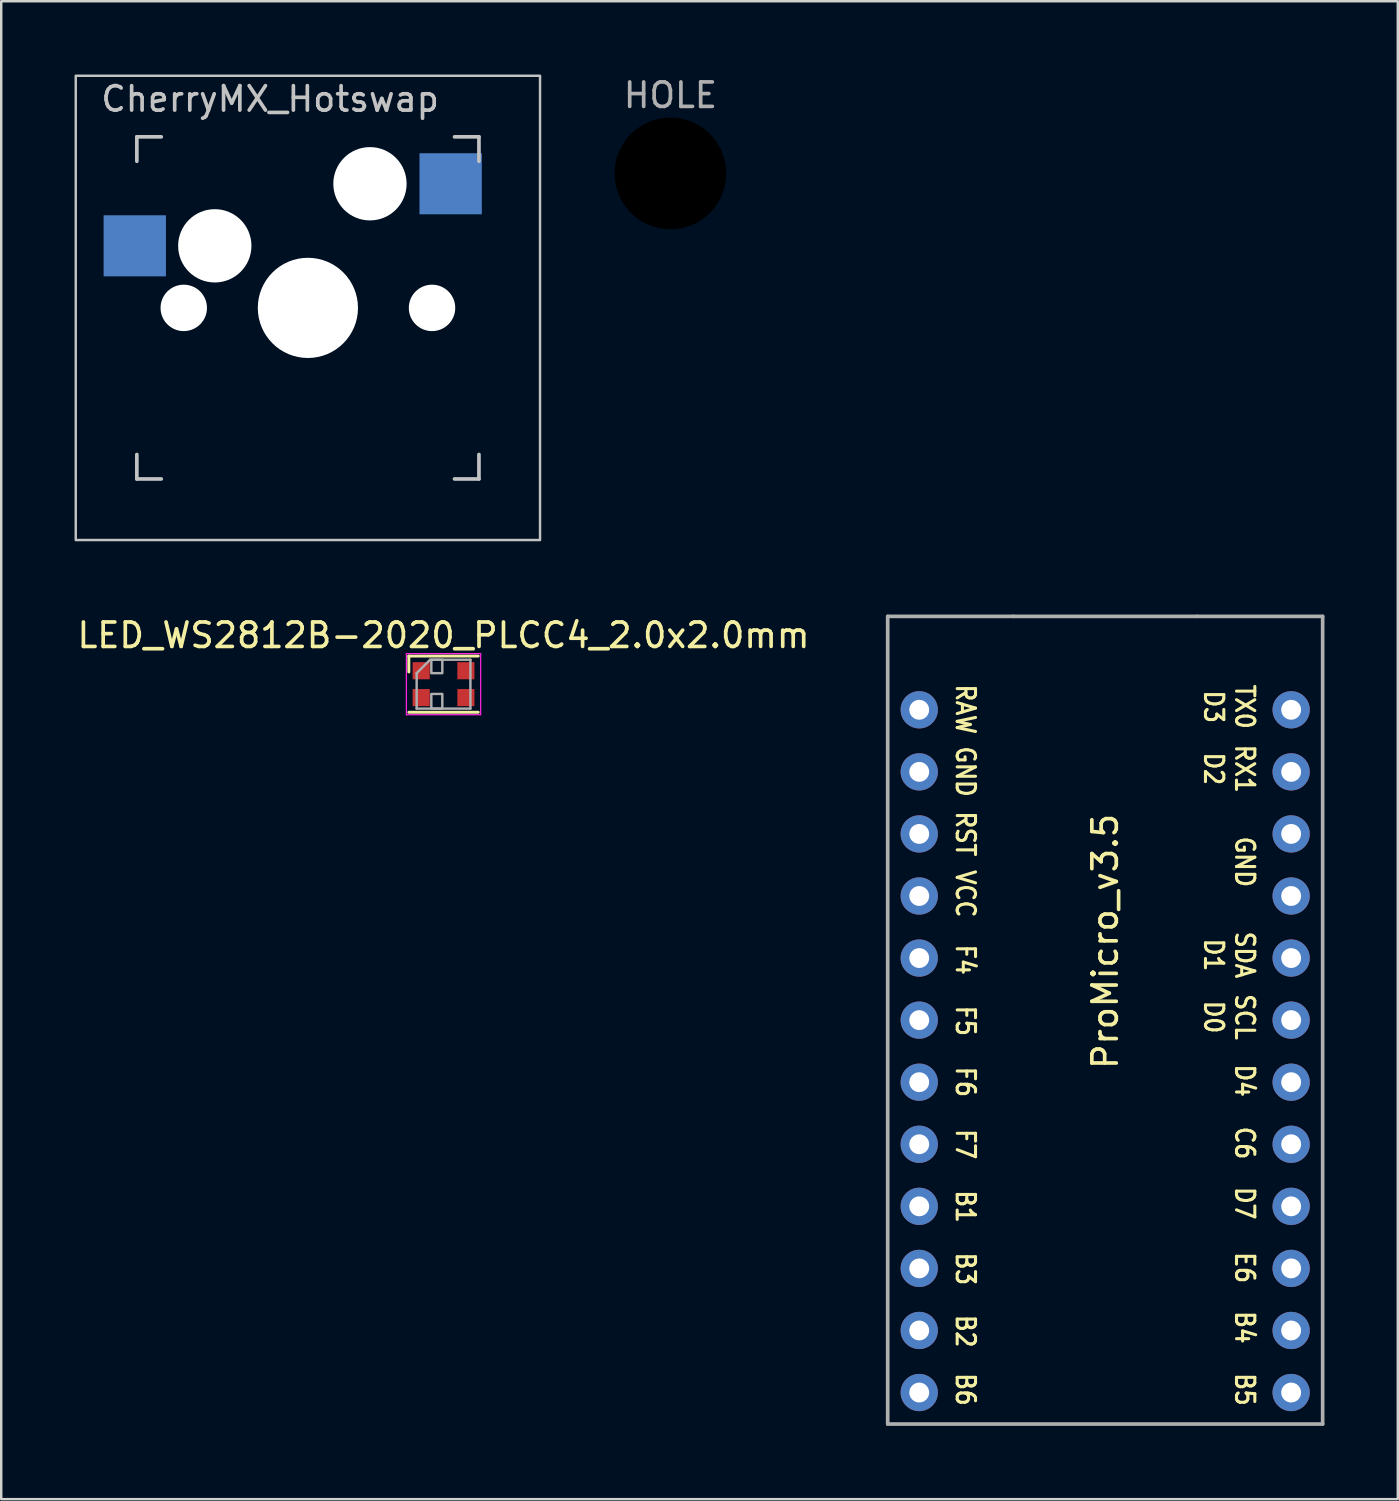
<source format=kicad_pcb>
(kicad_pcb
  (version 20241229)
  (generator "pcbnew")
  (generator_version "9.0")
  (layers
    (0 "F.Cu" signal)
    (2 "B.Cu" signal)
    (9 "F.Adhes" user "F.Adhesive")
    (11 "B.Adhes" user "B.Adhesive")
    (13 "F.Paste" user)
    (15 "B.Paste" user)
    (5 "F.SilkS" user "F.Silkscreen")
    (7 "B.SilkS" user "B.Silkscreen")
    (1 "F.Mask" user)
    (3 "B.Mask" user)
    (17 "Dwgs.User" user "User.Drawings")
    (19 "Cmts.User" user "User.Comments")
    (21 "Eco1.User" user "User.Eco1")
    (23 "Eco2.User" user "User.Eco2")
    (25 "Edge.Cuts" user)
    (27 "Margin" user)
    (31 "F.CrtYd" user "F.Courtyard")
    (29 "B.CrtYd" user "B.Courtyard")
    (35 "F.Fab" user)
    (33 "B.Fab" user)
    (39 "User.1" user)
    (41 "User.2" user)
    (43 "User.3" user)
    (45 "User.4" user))
  (footprint "LED_WS2812B-2020_PLCC4_2.0x2.0mm"
    (layer "F.Cu")
    (at 15.101 24.948)
    (property "Reference" "LED_WS2812B-2020_PLCC4_2.0x2.0mm" (at 0 -2 0) (layer "F.SilkS") (effects (font (size 1 1) (thickness 0.15))))
    (attr smd)
    (fp_line (start -1.42 -1.15) (end -1.42 -0.5) (stroke (width 0.12) (type solid)) (layer "F.SilkS"))
    (fp_line (start -1.42 -1.15) (end 1.42 -1.15) (stroke (width 0.12) (type solid)) (layer "F.SilkS"))
    (fp_line (start -1.42 1.15) (end 1.42 1.15) (stroke (width 0.12) (type solid)) (layer "F.SilkS"))
    (fp_line (start -1.52 -1.25) (end -1.52 1.25) (stroke (width 0.05) (type solid)) (layer "F.CrtYd"))
    (fp_line (start -1.52 1.25) (end 1.52 1.25) (stroke (width 0.05) (type solid)) (layer "F.CrtYd"))
    (fp_line (start 1.52 -1.25) (end -1.52 -1.25) (stroke (width 0.05) (type solid)) (layer "F.CrtYd"))
    (fp_line (start 1.52 1.25) (end 1.52 -1.25) (stroke (width 0.05) (type solid)) (layer "F.CrtYd"))
    (fp_line (start -1.1 -0.45) (end -1.1 1) (stroke (width 0.1) (type solid)) (layer "F.Fab"))
    (fp_line (start -1.1 1) (end 1.1 1) (stroke (width 0.1) (type solid)) (layer "F.Fab"))
    (fp_line (start -0.55 -1) (end -1.1 -0.45) (stroke (width 0.1) (type solid)) (layer "F.Fab"))
    (fp_line (start 1.1 -1) (end -0.55 -1) (stroke (width 0.1) (type solid)) (layer "F.Fab"))
    (fp_line (start 1.1 -1) (end 1.1 1) (stroke (width 0.1) (type solid)) (layer "F.Fab"))
    (fp_rect (start -0.5 -1) (end -0.05 -0.45) (stroke (width 0.1) (type solid)) (fill no) (layer "F.Fab"))
    (fp_rect (start -0.5 0.4) (end -0.05 1) (stroke (width 0.1) (type solid)) (fill no) (layer "F.Fab"))
    (pad "1" smd rect (at -0.915 -0.55) (size 0.7 0.7) (layers "F.Cu" "F.Mask" "F.Paste"))
    (pad "2" smd rect (at -0.915 0.55) (size 0.7 0.7) (layers "F.Cu" "F.Mask" "F.Paste"))
    (pad "3" smd rect (at 0.915 0.55) (size 0.7 0.7) (layers "F.Cu" "F.Mask" "F.Paste"))
    (pad "4" smd rect (at 0.915 -0.55) (size 0.7 0.7) (layers "F.Cu" "F.Mask" "F.Paste")))
  (footprint "ProMicro_v3.5"
    (layer "F.Cu")
    (at 42.177 40.475)
    (property "Reference" "ProMicro_v3.5" (at 0 -5 270) (layer "F.SilkS") (effects (font (size 1 1) (thickness 0.15))))
    (attr through_hole)
    (fp_line (start -8.9 -18.3) (end -3.75 -18.3) (stroke (width 0.15) (type solid)) (layer "F.Fab"))
    (fp_line (start -8.9 14.75) (end -8.9 -18.3) (stroke (width 0.15) (type solid)) (layer "F.Fab"))
    (fp_line (start -3.75 -18.3) (end 3.75 -18.3) (stroke (width 0.15) (type solid)) (layer "F.Fab"))
    (fp_line (start 3.76 -18.3) (end 8.9 -18.3) (stroke (width 0.15) (type solid)) (layer "F.Fab"))
    (fp_line (start 8.9 -18.3) (end 8.9 14.75) (stroke (width 0.15) (type solid)) (layer "F.Fab"))
    (fp_line (start 8.9 14.75) (end -8.9 14.75) (stroke (width 0.15) (type solid)) (layer "F.Fab"))
    (fp_text user "D1" (at 4.445 -4.445 270) (unlocked yes) (layer "F.SilkS") (effects (font (size 0.75 0.67) (thickness 0.125))))
    (fp_text user "D7" (at 5.715 5.715 270) (unlocked yes) (layer "F.SilkS") (effects (font (size 0.75 0.67) (thickness 0.125))))
    (fp_text user "D0" (at 4.445 -1.905 270) (unlocked yes) (layer "F.SilkS") (effects (font (size 0.75 0.67) (thickness 0.125))))
    (fp_text user "F6" (at -5.715 0.75 270) (unlocked yes) (layer "F.SilkS") (effects (font (size 0.75 0.67) (thickness 0.125))))
    (fp_text user "TX0" (at 5.715 -14.605 270) (unlocked yes) (layer "F.SilkS") (effects (font (size 0.75 0.67) (thickness 0.125))))
    (fp_text user "D2" (at 4.445 -12.065 270) (unlocked yes) (layer "F.SilkS") (effects (font (size 0.75 0.67) (thickness 0.125))))
    (fp_text user "GND" (at -5.715 -11.95 270) (unlocked yes) (layer "F.SilkS") (effects (font (size 0.75 0.67) (thickness 0.125))))
    (fp_text user "GND" (at 5.715 -8.255 270) (unlocked yes) (layer "F.SilkS") (effects (font (size 0.75 0.67) (thickness 0.125))))
    (fp_text user "B1" (at -5.715 5.85 270) (unlocked yes) (layer "F.SilkS") (effects (font (size 0.75 0.67) (thickness 0.125))))
    (fp_text user "B4" (at 5.715 10.795 270) (unlocked yes) (layer "F.SilkS") (effects (font (size 0.75 0.67) (thickness 0.125))))
    (fp_text user "D4" (at 5.715 0.7 270) (unlocked yes) (layer "F.SilkS") (effects (font (size 0.75 0.67) (thickness 0.125))))
    (fp_text user "E6" (at 5.715 8.35 270) (unlocked yes) (layer "F.SilkS") (effects (font (size 0.75 0.67) (thickness 0.125))))
    (fp_text user "SDA" (at 5.715 -4.445 270) (unlocked yes) (layer "F.SilkS") (effects (font (size 0.75 0.67) (thickness 0.125))))
    (fp_text user "C6" (at 5.715 3.25 270) (unlocked yes) (layer "F.SilkS") (effects (font (size 0.75 0.67) (thickness 0.125))))
    (fp_text user "B3" (at -5.715 8.4 270) (unlocked yes) (layer "F.SilkS") (effects (font (size 0.75 0.67) (thickness 0.125))))
    (fp_text user "F7" (at -5.715 3.3 270) (unlocked yes) (layer "F.SilkS") (effects (font (size 0.75 0.67) (thickness 0.125))))
    (fp_text user "B6" (at -5.715 13.335 270) (unlocked yes) (layer "F.SilkS") (effects (font (size 0.75 0.67) (thickness 0.125))))
    (fp_text user "VCC" (at -5.715 -6.95 270) (unlocked yes) (layer "F.SilkS") (effects (font (size 0.75 0.67) (thickness 0.125))))
    (fp_text user "D3" (at 4.445 -14.605 270) (unlocked yes) (layer "F.SilkS") (effects (font (size 0.75 0.67) (thickness 0.125))))
    (fp_text user "SCL" (at 5.715 -1.905 270) (unlocked yes) (layer "F.SilkS") (effects (font (size 0.75 0.67) (thickness 0.125))))
    (fp_text user "F4" (at -5.715 -4.25 270) (unlocked yes) (layer "F.SilkS") (effects (font (size 0.75 0.67) (thickness 0.125))))
    (fp_text user "B5" (at 5.715 13.335 270) (unlocked yes) (layer "F.SilkS") (effects (font (size 0.75 0.67) (thickness 0.125))))
    (fp_text user "B2" (at -5.715 10.95 270) (unlocked yes) (layer "F.SilkS") (effects (font (size 0.75 0.67) (thickness 0.125))))
    (fp_text user "RAW" (at -5.715 -14.5 270) (unlocked yes) (layer "F.SilkS") (effects (font (size 0.75 0.67) (thickness 0.125))))
    (fp_text user "F5" (at -5.715 -1.75 270) (unlocked yes) (layer "F.SilkS") (effects (font (size 0.75 0.67) (thickness 0.125))))
    (fp_text user "RX1" (at 5.715 -12.065 270) (unlocked yes) (layer "F.SilkS") (effects (font (size 0.75 0.67) (thickness 0.125))))
    (fp_text user "RST" (at -5.715 -9.4 270) (unlocked yes) (layer "F.SilkS") (effects (font (size 0.75 0.67) (thickness 0.125))))
    (pad "1" thru_hole circle (at 7.611 -14.478) (size 1.524 1.524) (drill 0.813) (layers "*.Cu" "*.Mask"))
    (pad "2" thru_hole circle (at 7.611 -11.938) (size 1.524 1.524) (drill 0.813) (layers "*.Cu" "*.Mask"))
    (pad "3" thru_hole circle (at 7.611 -9.398) (size 1.524 1.524) (drill 0.813) (layers "*.Cu" "*.Mask"))
    (pad "4" thru_hole circle (at 7.611 -6.858) (size 1.524 1.524) (drill 0.813) (layers "*.Cu" "*.Mask"))
    (pad "5" thru_hole circle (at 7.611 -4.318) (size 1.524 1.524) (drill 0.813) (layers "*.Cu" "*.Mask"))
    (pad "6" thru_hole circle (at 7.611 -1.778) (size 1.524 1.524) (drill 0.813) (layers "*.Cu" "*.Mask"))
    (pad "7" thru_hole circle (at 7.611 0.762) (size 1.524 1.524) (drill 0.813) (layers "*.Cu" "*.Mask"))
    (pad "8" thru_hole circle (at 7.611 3.302) (size 1.524 1.524) (drill 0.813) (layers "*.Cu" "*.Mask"))
    (pad "9" thru_hole circle (at 7.611 5.842) (size 1.524 1.524) (drill 0.813) (layers "*.Cu" "*.Mask"))
    (pad "10" thru_hole circle (at 7.611 8.382) (size 1.524 1.524) (drill 0.813) (layers "*.Cu" "*.Mask"))
    (pad "11" thru_hole circle (at 7.611 10.922) (size 1.524 1.524) (drill 0.813) (layers "*.Cu" "*.Mask"))
    (pad "12" thru_hole circle (at 7.611 13.462) (size 1.524 1.524) (drill 0.813) (layers "*.Cu" "*.Mask"))
    (pad "13" thru_hole circle (at -7.609 13.462) (size 1.524 1.524) (drill 0.813) (layers "*.Cu" "*.Mask"))
    (pad "14" thru_hole circle (at -7.609 10.922) (size 1.524 1.524) (drill 0.813) (layers "*.Cu" "*.Mask"))
    (pad "15" thru_hole circle (at -7.609 8.382) (size 1.524 1.524) (drill 0.813) (layers "*.Cu" "*.Mask"))
    (pad "16" thru_hole circle (at -7.609 5.842) (size 1.524 1.524) (drill 0.813) (layers "*.Cu" "*.Mask"))
    (pad "17" thru_hole circle (at -7.609 3.302) (size 1.524 1.524) (drill 0.813) (layers "*.Cu" "*.Mask"))
    (pad "18" thru_hole circle (at -7.609 0.762) (size 1.524 1.524) (drill 0.813) (layers "*.Cu" "*.Mask"))
    (pad "19" thru_hole circle (at -7.609 -1.778) (size 1.524 1.524) (drill 0.813) (layers "*.Cu" "*.Mask"))
    (pad "20" thru_hole circle (at -7.609 -4.318) (size 1.524 1.524) (drill 0.813) (layers "*.Cu" "*.Mask"))
    (pad "21" thru_hole circle (at -7.609 -6.858) (size 1.524 1.524) (drill 0.813) (layers "*.Cu" "*.Mask"))
    (pad "22" thru_hole circle (at -7.609 -9.398) (size 1.524 1.524) (drill 0.813) (layers "*.Cu" "*.Mask"))
    (pad "23" thru_hole circle (at -7.609 -11.938) (size 1.524 1.524) (drill 0.813) (layers "*.Cu" "*.Mask"))
    (pad "24" thru_hole circle (at -7.609 -14.478) (size 1.524 1.524) (drill 0.813) (layers "*.Cu" "*.Mask")))
  (footprint "HOLE"
    (layer "F.Cu")
    (at 24.386 4.048)
    (property "Reference" "HOLE" (at 0 -3.2 0) (layer "F.Fab") (effects (font (size 1 1) (thickness 0.15))))
    (attr exclude_from_pos_files exclude_from_bom)
    (pad "" np_thru_hole circle (at 0 0) (size 4.572 4.572) (drill 4.572) (layers "*.Mask")))
  (footprint "CherryMX_Hotswap"
    (layer "F.Cu")
    (at 9.55 9.55)
    (property "Reference" "CherryMX_Hotswap" (at -8.55 -8.55 0) (unlocked yes) (layer "Dwgs.User") (effects (font (size 1 1) (thickness 0.15)) (justify left)))
    (attr through_hole)
    (fp_line (start -7 -7) (end -6 -7) (stroke (width 0.15) (type solid)) (layer "Dwgs.User"))
    (fp_line (start -7 -6) (end -7 -7) (stroke (width 0.15) (type solid)) (layer "Dwgs.User"))
    (fp_line (start -7 6) (end -7 7) (stroke (width 0.15) (type solid)) (layer "Dwgs.User"))
    (fp_line (start -7 7) (end -6 7) (stroke (width 0.15) (type solid)) (layer "Dwgs.User"))
    (fp_line (start 6 7) (end 7 7) (stroke (width 0.15) (type solid)) (layer "Dwgs.User"))
    (fp_line (start 7 -7) (end 6 -7) (stroke (width 0.15) (type solid)) (layer "Dwgs.User"))
    (fp_line (start 7 -7) (end 7 -6) (stroke (width 0.15) (type solid)) (layer "Dwgs.User"))
    (fp_line (start 7 7) (end 7 6) (stroke (width 0.15) (type solid)) (layer "Dwgs.User"))
    (fp_rect (start -9.5 -9.5) (end 9.5 9.5) (stroke (width 0.1) (type default)) (fill no) (layer "Dwgs.User"))
    (pad "" np_thru_hole circle (at -5.08 0) (size 1.9 1.9) (drill 1.9) (layers "*.Cu" "*.Mask"))
    (pad "" np_thru_hole circle (at -3.81 -2.54) (size 3 3) (drill 3) (layers "*.Cu" "*.Mask"))
    (pad "" np_thru_hole circle (at 0 0 90) (size 4.1 4.1) (drill 4.1) (layers "*.Cu" "*.Mask"))
    (pad "" np_thru_hole circle (at 2.54 -5.08) (size 3 3) (drill 3) (layers "*.Cu" "*.Mask"))
    (pad "" np_thru_hole circle (at 5.08 0) (size 1.9 1.9) (drill 1.9) (layers "*.Cu" "*.Mask"))
    (pad "1" smd rect (at 5.842 -5.08 180) (size 2.55 2.5) (layers "B.Cu" "B.Mask" "B.Paste"))
    (pad "2" smd rect (at -7.085 -2.54 180) (size 2.55 2.5) (layers "B.Cu" "B.Mask" "B.Paste")))
  (gr_rect
    (start -3 -3)
    (end 54.152 58.3)
    (stroke (width 0.1) (type default))
    (fill no)
    (layer "Edge.Cuts")))
</source>
